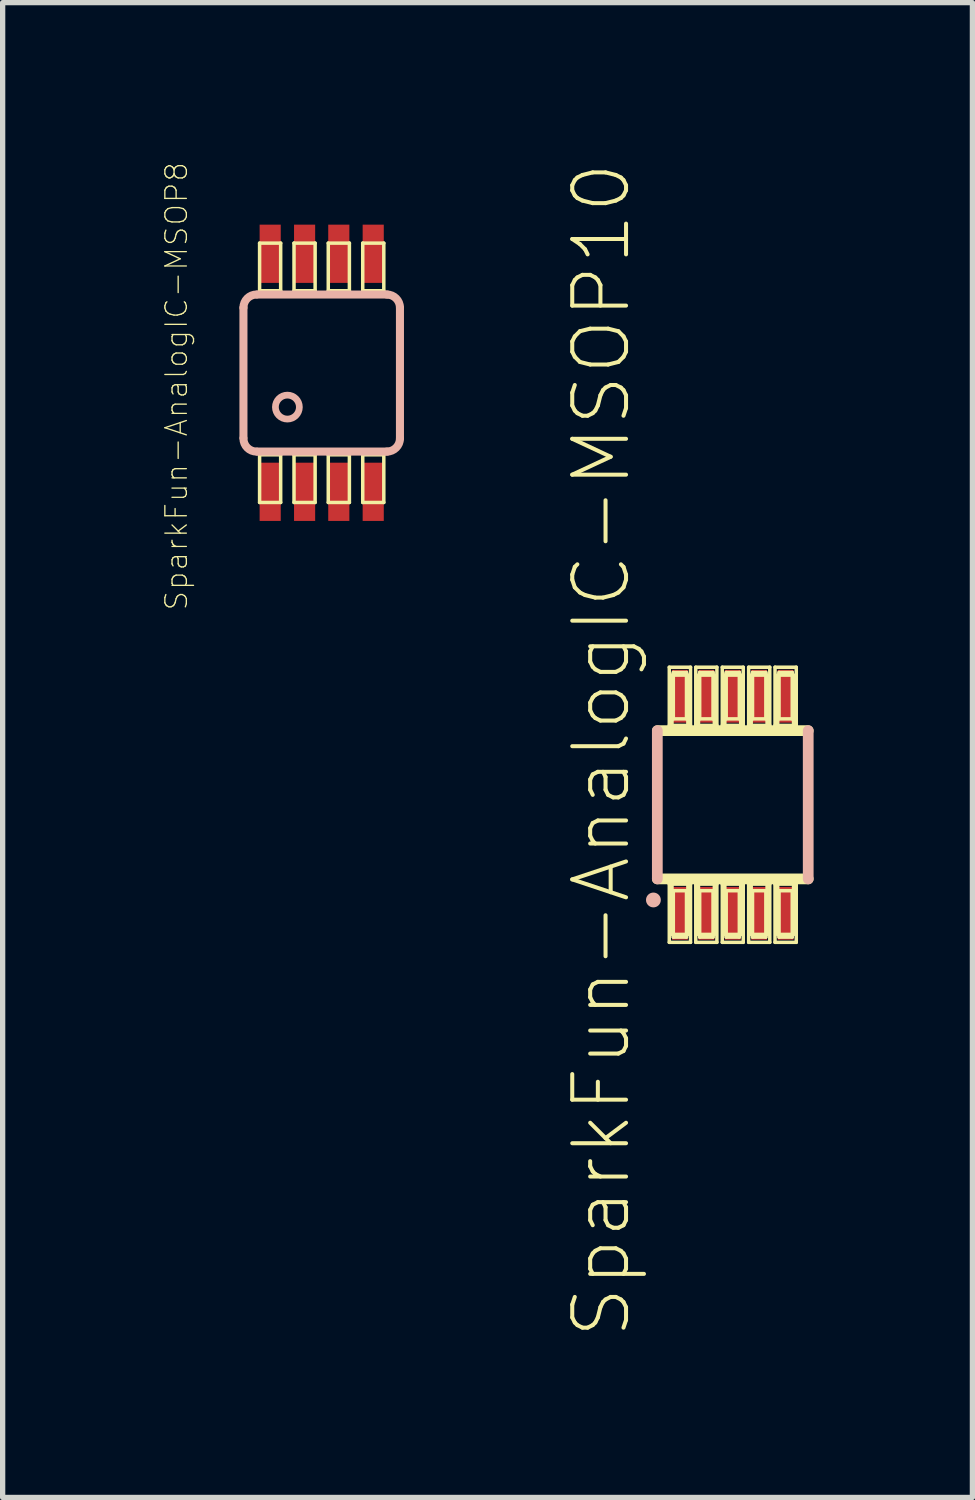
<source format=kicad_pcb>
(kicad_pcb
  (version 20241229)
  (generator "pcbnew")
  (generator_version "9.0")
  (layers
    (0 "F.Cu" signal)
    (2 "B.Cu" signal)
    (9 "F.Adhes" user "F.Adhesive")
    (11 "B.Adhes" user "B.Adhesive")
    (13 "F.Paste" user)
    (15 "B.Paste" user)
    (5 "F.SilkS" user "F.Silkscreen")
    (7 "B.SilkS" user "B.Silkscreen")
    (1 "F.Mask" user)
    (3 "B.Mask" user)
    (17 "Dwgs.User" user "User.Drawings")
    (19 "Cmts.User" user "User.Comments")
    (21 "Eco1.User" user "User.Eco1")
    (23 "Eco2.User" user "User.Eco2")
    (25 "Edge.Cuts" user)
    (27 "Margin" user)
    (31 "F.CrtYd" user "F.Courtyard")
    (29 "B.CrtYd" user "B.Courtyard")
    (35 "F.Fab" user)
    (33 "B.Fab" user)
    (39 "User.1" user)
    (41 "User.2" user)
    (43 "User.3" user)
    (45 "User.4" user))
  (footprint "SparkFun-AnalogIC-MSOP10"
    (layer "F.Cu")
    (at 10.79 12.15)
    (property "Reference" "SparkFun-AnalogIC-MSOP10" (at -2.482 -1.034 90) (layer "F.SilkS") (effects (font (size 1.016 1.016) (thickness 0.076))))
    (attr smd)
    (fp_line (start -1.425 1.4) (end 1.425 1.4) (stroke (width 0.203) (type solid)) (layer "F.SilkS"))
    (fp_line (start -1.199 -2.598) (end -0.798 -2.598) (stroke (width 0.066) (type solid)) (layer "F.SilkS"))
    (fp_line (start -1.199 -1.499) (end -1.199 -2.598) (stroke (width 0.066) (type solid)) (layer "F.SilkS"))
    (fp_line (start -1.199 -1.499) (end -0.798 -1.499) (stroke (width 0.066) (type solid)) (layer "F.SilkS"))
    (fp_line (start -1.199 1.499) (end -0.798 1.499) (stroke (width 0.066) (type solid)) (layer "F.SilkS"))
    (fp_line (start -1.199 2.598) (end -1.199 1.499) (stroke (width 0.066) (type solid)) (layer "F.SilkS"))
    (fp_line (start -1.199 2.598) (end -0.798 2.598) (stroke (width 0.066) (type solid)) (layer "F.SilkS"))
    (fp_line (start -1.148 -2.449) (end -0.848 -2.449) (stroke (width 0.066) (type solid)) (layer "F.SilkS"))
    (fp_line (start -1.148 -1.473) (end -1.148 -2.449) (stroke (width 0.066) (type solid)) (layer "F.SilkS"))
    (fp_line (start -1.148 -1.473) (end -0.848 -1.473) (stroke (width 0.066) (type solid)) (layer "F.SilkS"))
    (fp_line (start -1.148 1.473) (end -0.848 1.473) (stroke (width 0.066) (type solid)) (layer "F.SilkS"))
    (fp_line (start -1.148 2.449) (end -1.148 1.473) (stroke (width 0.066) (type solid)) (layer "F.SilkS"))
    (fp_line (start -1.148 2.449) (end -0.848 2.449) (stroke (width 0.066) (type solid)) (layer "F.SilkS"))
    (fp_line (start -1.123 -2.499) (end -0.874 -2.499) (stroke (width 0.066) (type solid)) (layer "F.SilkS"))
    (fp_line (start -1.123 -1.623) (end -1.123 -2.499) (stroke (width 0.066) (type solid)) (layer "F.SilkS"))
    (fp_line (start -1.123 -1.623) (end -0.874 -1.623) (stroke (width 0.066) (type solid)) (layer "F.SilkS"))
    (fp_line (start -1.123 1.623) (end -0.874 1.623) (stroke (width 0.066) (type solid)) (layer "F.SilkS"))
    (fp_line (start -1.123 2.499) (end -1.123 1.623) (stroke (width 0.066) (type solid)) (layer "F.SilkS"))
    (fp_line (start -1.123 2.499) (end -0.874 2.499) (stroke (width 0.066) (type solid)) (layer "F.SilkS"))
    (fp_line (start -0.874 -1.623) (end -0.874 -2.499) (stroke (width 0.066) (type solid)) (layer "F.SilkS"))
    (fp_line (start -0.874 2.499) (end -0.874 1.623) (stroke (width 0.066) (type solid)) (layer "F.SilkS"))
    (fp_line (start -0.848 -1.473) (end -0.848 -2.449) (stroke (width 0.066) (type solid)) (layer "F.SilkS"))
    (fp_line (start -0.848 2.449) (end -0.848 1.473) (stroke (width 0.066) (type solid)) (layer "F.SilkS"))
    (fp_line (start -0.798 -1.499) (end -0.798 -2.598) (stroke (width 0.066) (type solid)) (layer "F.SilkS"))
    (fp_line (start -0.798 2.598) (end -0.798 1.499) (stroke (width 0.066) (type solid)) (layer "F.SilkS"))
    (fp_line (start -0.699 -2.598) (end -0.3 -2.598) (stroke (width 0.066) (type solid)) (layer "F.SilkS"))
    (fp_line (start -0.699 -1.499) (end -0.699 -2.598) (stroke (width 0.066) (type solid)) (layer "F.SilkS"))
    (fp_line (start -0.699 -1.499) (end -0.3 -1.499) (stroke (width 0.066) (type solid)) (layer "F.SilkS"))
    (fp_line (start -0.699 1.499) (end -0.3 1.499) (stroke (width 0.066) (type solid)) (layer "F.SilkS"))
    (fp_line (start -0.699 2.598) (end -0.699 1.499) (stroke (width 0.066) (type solid)) (layer "F.SilkS"))
    (fp_line (start -0.699 2.598) (end -0.3 2.598) (stroke (width 0.066) (type solid)) (layer "F.SilkS"))
    (fp_line (start -0.648 -2.449) (end -0.348 -2.449) (stroke (width 0.066) (type solid)) (layer "F.SilkS"))
    (fp_line (start -0.648 -1.473) (end -0.648 -2.449) (stroke (width 0.066) (type solid)) (layer "F.SilkS"))
    (fp_line (start -0.648 -1.473) (end -0.348 -1.473) (stroke (width 0.066) (type solid)) (layer "F.SilkS"))
    (fp_line (start -0.648 1.473) (end -0.348 1.473) (stroke (width 0.066) (type solid)) (layer "F.SilkS"))
    (fp_line (start -0.648 2.449) (end -0.648 1.473) (stroke (width 0.066) (type solid)) (layer "F.SilkS"))
    (fp_line (start -0.648 2.449) (end -0.348 2.449) (stroke (width 0.066) (type solid)) (layer "F.SilkS"))
    (fp_line (start -0.625 -2.499) (end -0.373 -2.499) (stroke (width 0.066) (type solid)) (layer "F.SilkS"))
    (fp_line (start -0.625 -1.623) (end -0.625 -2.499) (stroke (width 0.066) (type solid)) (layer "F.SilkS"))
    (fp_line (start -0.625 -1.623) (end -0.373 -1.623) (stroke (width 0.066) (type solid)) (layer "F.SilkS"))
    (fp_line (start -0.625 1.623) (end -0.373 1.623) (stroke (width 0.066) (type solid)) (layer "F.SilkS"))
    (fp_line (start -0.625 2.499) (end -0.625 1.623) (stroke (width 0.066) (type solid)) (layer "F.SilkS"))
    (fp_line (start -0.625 2.499) (end -0.373 2.499) (stroke (width 0.066) (type solid)) (layer "F.SilkS"))
    (fp_line (start -0.373 -1.623) (end -0.373 -2.499) (stroke (width 0.066) (type solid)) (layer "F.SilkS"))
    (fp_line (start -0.373 2.499) (end -0.373 1.623) (stroke (width 0.066) (type solid)) (layer "F.SilkS"))
    (fp_line (start -0.348 -1.473) (end -0.348 -2.449) (stroke (width 0.066) (type solid)) (layer "F.SilkS"))
    (fp_line (start -0.348 2.449) (end -0.348 1.473) (stroke (width 0.066) (type solid)) (layer "F.SilkS"))
    (fp_line (start -0.3 -1.499) (end -0.3 -2.598) (stroke (width 0.066) (type solid)) (layer "F.SilkS"))
    (fp_line (start -0.3 2.598) (end -0.3 1.499) (stroke (width 0.066) (type solid)) (layer "F.SilkS"))
    (fp_line (start -0.198 -2.598) (end 0.198 -2.598) (stroke (width 0.066) (type solid)) (layer "F.SilkS"))
    (fp_line (start -0.198 -1.499) (end -0.198 -2.598) (stroke (width 0.066) (type solid)) (layer "F.SilkS"))
    (fp_line (start -0.198 -1.499) (end 0.198 -1.499) (stroke (width 0.066) (type solid)) (layer "F.SilkS"))
    (fp_line (start -0.198 1.499) (end 0.198 1.499) (stroke (width 0.066) (type solid)) (layer "F.SilkS"))
    (fp_line (start -0.198 2.598) (end -0.198 1.499) (stroke (width 0.066) (type solid)) (layer "F.SilkS"))
    (fp_line (start -0.198 2.598) (end 0.198 2.598) (stroke (width 0.066) (type solid)) (layer "F.SilkS"))
    (fp_line (start -0.15 -2.449) (end 0.15 -2.449) (stroke (width 0.066) (type solid)) (layer "F.SilkS"))
    (fp_line (start -0.15 -1.473) (end -0.15 -2.449) (stroke (width 0.066) (type solid)) (layer "F.SilkS"))
    (fp_line (start -0.15 -1.473) (end 0.15 -1.473) (stroke (width 0.066) (type solid)) (layer "F.SilkS"))
    (fp_line (start -0.15 1.473) (end 0.15 1.473) (stroke (width 0.066) (type solid)) (layer "F.SilkS"))
    (fp_line (start -0.15 2.449) (end -0.15 1.473) (stroke (width 0.066) (type solid)) (layer "F.SilkS"))
    (fp_line (start -0.15 2.449) (end 0.15 2.449) (stroke (width 0.066) (type solid)) (layer "F.SilkS"))
    (fp_line (start -0.124 -2.499) (end 0.124 -2.499) (stroke (width 0.066) (type solid)) (layer "F.SilkS"))
    (fp_line (start -0.124 -1.623) (end -0.124 -2.499) (stroke (width 0.066) (type solid)) (layer "F.SilkS"))
    (fp_line (start -0.124 -1.623) (end 0.124 -1.623) (stroke (width 0.066) (type solid)) (layer "F.SilkS"))
    (fp_line (start -0.124 1.623) (end 0.124 1.623) (stroke (width 0.066) (type solid)) (layer "F.SilkS"))
    (fp_line (start -0.124 2.499) (end -0.124 1.623) (stroke (width 0.066) (type solid)) (layer "F.SilkS"))
    (fp_line (start -0.124 2.499) (end 0.124 2.499) (stroke (width 0.066) (type solid)) (layer "F.SilkS"))
    (fp_line (start 0.124 -1.623) (end 0.124 -2.499) (stroke (width 0.066) (type solid)) (layer "F.SilkS"))
    (fp_line (start 0.124 2.499) (end 0.124 1.623) (stroke (width 0.066) (type solid)) (layer "F.SilkS"))
    (fp_line (start 0.15 -1.473) (end 0.15 -2.449) (stroke (width 0.066) (type solid)) (layer "F.SilkS"))
    (fp_line (start 0.15 2.449) (end 0.15 1.473) (stroke (width 0.066) (type solid)) (layer "F.SilkS"))
    (fp_line (start 0.198 -1.499) (end 0.198 -2.598) (stroke (width 0.066) (type solid)) (layer "F.SilkS"))
    (fp_line (start 0.198 2.598) (end 0.198 1.499) (stroke (width 0.066) (type solid)) (layer "F.SilkS"))
    (fp_line (start 0.3 -2.598) (end 0.699 -2.598) (stroke (width 0.066) (type solid)) (layer "F.SilkS"))
    (fp_line (start 0.3 -1.499) (end 0.3 -2.598) (stroke (width 0.066) (type solid)) (layer "F.SilkS"))
    (fp_line (start 0.3 -1.499) (end 0.699 -1.499) (stroke (width 0.066) (type solid)) (layer "F.SilkS"))
    (fp_line (start 0.3 1.499) (end 0.699 1.499) (stroke (width 0.066) (type solid)) (layer "F.SilkS"))
    (fp_line (start 0.3 2.598) (end 0.3 1.499) (stroke (width 0.066) (type solid)) (layer "F.SilkS"))
    (fp_line (start 0.3 2.598) (end 0.699 2.598) (stroke (width 0.066) (type solid)) (layer "F.SilkS"))
    (fp_line (start 0.348 -2.449) (end 0.648 -2.449) (stroke (width 0.066) (type solid)) (layer "F.SilkS"))
    (fp_line (start 0.348 -1.473) (end 0.348 -2.449) (stroke (width 0.066) (type solid)) (layer "F.SilkS"))
    (fp_line (start 0.348 -1.473) (end 0.648 -1.473) (stroke (width 0.066) (type solid)) (layer "F.SilkS"))
    (fp_line (start 0.348 1.473) (end 0.648 1.473) (stroke (width 0.066) (type solid)) (layer "F.SilkS"))
    (fp_line (start 0.348 2.449) (end 0.348 1.473) (stroke (width 0.066) (type solid)) (layer "F.SilkS"))
    (fp_line (start 0.348 2.449) (end 0.648 2.449) (stroke (width 0.066) (type solid)) (layer "F.SilkS"))
    (fp_line (start 0.373 -2.499) (end 0.625 -2.499) (stroke (width 0.066) (type solid)) (layer "F.SilkS"))
    (fp_line (start 0.373 -1.623) (end 0.373 -2.499) (stroke (width 0.066) (type solid)) (layer "F.SilkS"))
    (fp_line (start 0.373 -1.623) (end 0.625 -1.623) (stroke (width 0.066) (type solid)) (layer "F.SilkS"))
    (fp_line (start 0.373 1.623) (end 0.625 1.623) (stroke (width 0.066) (type solid)) (layer "F.SilkS"))
    (fp_line (start 0.373 2.499) (end 0.373 1.623) (stroke (width 0.066) (type solid)) (layer "F.SilkS"))
    (fp_line (start 0.373 2.499) (end 0.625 2.499) (stroke (width 0.066) (type solid)) (layer "F.SilkS"))
    (fp_line (start 0.625 -1.623) (end 0.625 -2.499) (stroke (width 0.066) (type solid)) (layer "F.SilkS"))
    (fp_line (start 0.625 2.499) (end 0.625 1.623) (stroke (width 0.066) (type solid)) (layer "F.SilkS"))
    (fp_line (start 0.648 -1.473) (end 0.648 -2.449) (stroke (width 0.066) (type solid)) (layer "F.SilkS"))
    (fp_line (start 0.648 2.449) (end 0.648 1.473) (stroke (width 0.066) (type solid)) (layer "F.SilkS"))
    (fp_line (start 0.699 -1.499) (end 0.699 -2.598) (stroke (width 0.066) (type solid)) (layer "F.SilkS"))
    (fp_line (start 0.699 2.598) (end 0.699 1.499) (stroke (width 0.066) (type solid)) (layer "F.SilkS"))
    (fp_line (start 0.798 -2.598) (end 1.199 -2.598) (stroke (width 0.066) (type solid)) (layer "F.SilkS"))
    (fp_line (start 0.798 -1.499) (end 0.798 -2.598) (stroke (width 0.066) (type solid)) (layer "F.SilkS"))
    (fp_line (start 0.798 -1.499) (end 1.199 -1.499) (stroke (width 0.066) (type solid)) (layer "F.SilkS"))
    (fp_line (start 0.798 1.499) (end 1.199 1.499) (stroke (width 0.066) (type solid)) (layer "F.SilkS"))
    (fp_line (start 0.798 2.598) (end 0.798 1.499) (stroke (width 0.066) (type solid)) (layer "F.SilkS"))
    (fp_line (start 0.798 2.598) (end 1.199 2.598) (stroke (width 0.066) (type solid)) (layer "F.SilkS"))
    (fp_line (start 0.848 -2.449) (end 1.148 -2.449) (stroke (width 0.066) (type solid)) (layer "F.SilkS"))
    (fp_line (start 0.848 -1.473) (end 0.848 -2.449) (stroke (width 0.066) (type solid)) (layer "F.SilkS"))
    (fp_line (start 0.848 -1.473) (end 1.148 -1.473) (stroke (width 0.066) (type solid)) (layer "F.SilkS"))
    (fp_line (start 0.848 1.473) (end 1.148 1.473) (stroke (width 0.066) (type solid)) (layer "F.SilkS"))
    (fp_line (start 0.848 2.449) (end 0.848 1.473) (stroke (width 0.066) (type solid)) (layer "F.SilkS"))
    (fp_line (start 0.848 2.449) (end 1.148 2.449) (stroke (width 0.066) (type solid)) (layer "F.SilkS"))
    (fp_line (start 0.874 -2.499) (end 1.123 -2.499) (stroke (width 0.066) (type solid)) (layer "F.SilkS"))
    (fp_line (start 0.874 -1.623) (end 0.874 -2.499) (stroke (width 0.066) (type solid)) (layer "F.SilkS"))
    (fp_line (start 0.874 -1.623) (end 1.123 -1.623) (stroke (width 0.066) (type solid)) (layer "F.SilkS"))
    (fp_line (start 0.874 1.623) (end 1.123 1.623) (stroke (width 0.066) (type solid)) (layer "F.SilkS"))
    (fp_line (start 0.874 2.499) (end 0.874 1.623) (stroke (width 0.066) (type solid)) (layer "F.SilkS"))
    (fp_line (start 0.874 2.499) (end 1.123 2.499) (stroke (width 0.066) (type solid)) (layer "F.SilkS"))
    (fp_line (start 1.123 -1.623) (end 1.123 -2.499) (stroke (width 0.066) (type solid)) (layer "F.SilkS"))
    (fp_line (start 1.123 2.499) (end 1.123 1.623) (stroke (width 0.066) (type solid)) (layer "F.SilkS"))
    (fp_line (start 1.148 -1.473) (end 1.148 -2.449) (stroke (width 0.066) (type solid)) (layer "F.SilkS"))
    (fp_line (start 1.148 2.449) (end 1.148 1.473) (stroke (width 0.066) (type solid)) (layer "F.SilkS"))
    (fp_line (start 1.199 -1.499) (end 1.199 -2.598) (stroke (width 0.066) (type solid)) (layer "F.SilkS"))
    (fp_line (start 1.199 2.598) (end 1.199 1.499) (stroke (width 0.066) (type solid)) (layer "F.SilkS"))
    (fp_line (start 1.425 -1.4) (end -1.425 -1.4) (stroke (width 0.203) (type solid)) (layer "F.SilkS"))
    (fp_line (start -1.425 -1.4) (end -1.425 1.4) (stroke (width 0.203) (type solid)) (layer "B.SilkS"))
    (fp_line (start 1.425 1.4) (end 1.425 -1.4) (stroke (width 0.203) (type solid)) (layer "B.SilkS"))
    (fp_circle (center -1.499 1.798) (end -1.598 1.897) (stroke (width 0) (type solid)) (fill yes) (layer "B.SilkS"))
    (pad "1" smd rect (at -0.998 2.05) (size 0.3 0.998) (layers "F.Cu" "F.Mask" "F.Paste"))
    (pad "2" smd rect (at -0.498 2.05) (size 0.3 0.998) (layers "F.Cu" "F.Mask" "F.Paste"))
    (pad "3" smd rect (at 0 2.05) (size 0.3 0.998) (layers "F.Cu" "F.Mask" "F.Paste"))
    (pad "4" smd rect (at 0.498 2.05) (size 0.3 0.998) (layers "F.Cu" "F.Mask" "F.Paste"))
    (pad "5" smd rect (at 0.998 2.05) (size 0.3 0.998) (layers "F.Cu" "F.Mask" "F.Paste"))
    (pad "6" smd rect (at 0.998 -2.05 180) (size 0.3 0.998) (layers "F.Cu" "F.Mask" "F.Paste"))
    (pad "7" smd rect (at 0.498 -2.05 180) (size 0.3 0.998) (layers "F.Cu" "F.Mask" "F.Paste"))
    (pad "8" smd rect (at 0 -2.05 180) (size 0.3 0.998) (layers "F.Cu" "F.Mask" "F.Paste"))
    (pad "9" smd rect (at -0.498 -2.05 180) (size 0.3 0.998) (layers "F.Cu" "F.Mask" "F.Paste"))
    (pad "10" smd rect (at -0.998 -2.05 180) (size 0.3 0.998) (layers "F.Cu" "F.Mask" "F.Paste")))
  (footprint "SparkFun-AnalogIC-MSOP8"
    (layer "F.Cu")
    (at 3.026 3.991)
    (property "Reference" "SparkFun-AnalogIC-MSOP8" (at -2.743 0.254 90) (layer "F.SilkS") (effects (font (size 0.406 0.406) (thickness 0.025))))
    (attr smd)
    (fp_line (start -1.173 -2.449) (end -0.775 -2.449) (stroke (width 0.066) (type solid)) (layer "F.SilkS"))
    (fp_line (start -1.173 -1.549) (end -1.173 -2.449) (stroke (width 0.066) (type solid)) (layer "F.SilkS"))
    (fp_line (start -1.173 -1.549) (end -0.775 -1.549) (stroke (width 0.066) (type solid)) (layer "F.SilkS"))
    (fp_line (start -1.173 1.549) (end -0.775 1.549) (stroke (width 0.066) (type solid)) (layer "F.SilkS"))
    (fp_line (start -1.173 2.449) (end -1.173 1.549) (stroke (width 0.066) (type solid)) (layer "F.SilkS"))
    (fp_line (start -1.173 2.449) (end -0.775 2.449) (stroke (width 0.066) (type solid)) (layer "F.SilkS"))
    (fp_line (start -0.775 -1.549) (end -0.775 -2.449) (stroke (width 0.066) (type solid)) (layer "F.SilkS"))
    (fp_line (start -0.775 2.449) (end -0.775 1.549) (stroke (width 0.066) (type solid)) (layer "F.SilkS"))
    (fp_line (start -0.523 -2.449) (end -0.124 -2.449) (stroke (width 0.066) (type solid)) (layer "F.SilkS"))
    (fp_line (start -0.523 -1.549) (end -0.523 -2.449) (stroke (width 0.066) (type solid)) (layer "F.SilkS"))
    (fp_line (start -0.523 -1.549) (end -0.124 -1.549) (stroke (width 0.066) (type solid)) (layer "F.SilkS"))
    (fp_line (start -0.523 1.549) (end -0.124 1.549) (stroke (width 0.066) (type solid)) (layer "F.SilkS"))
    (fp_line (start -0.523 2.449) (end -0.523 1.549) (stroke (width 0.066) (type solid)) (layer "F.SilkS"))
    (fp_line (start -0.523 2.449) (end -0.124 2.449) (stroke (width 0.066) (type solid)) (layer "F.SilkS"))
    (fp_line (start -0.124 -1.549) (end -0.124 -2.449) (stroke (width 0.066) (type solid)) (layer "F.SilkS"))
    (fp_line (start -0.124 2.449) (end -0.124 1.549) (stroke (width 0.066) (type solid)) (layer "F.SilkS"))
    (fp_line (start 0.124 -2.449) (end 0.523 -2.449) (stroke (width 0.066) (type solid)) (layer "F.SilkS"))
    (fp_line (start 0.124 -1.549) (end 0.124 -2.449) (stroke (width 0.066) (type solid)) (layer "F.SilkS"))
    (fp_line (start 0.124 -1.549) (end 0.523 -1.549) (stroke (width 0.066) (type solid)) (layer "F.SilkS"))
    (fp_line (start 0.124 1.549) (end 0.523 1.549) (stroke (width 0.066) (type solid)) (layer "F.SilkS"))
    (fp_line (start 0.124 2.449) (end 0.124 1.549) (stroke (width 0.066) (type solid)) (layer "F.SilkS"))
    (fp_line (start 0.124 2.449) (end 0.523 2.449) (stroke (width 0.066) (type solid)) (layer "F.SilkS"))
    (fp_line (start 0.523 -1.549) (end 0.523 -2.449) (stroke (width 0.066) (type solid)) (layer "F.SilkS"))
    (fp_line (start 0.523 2.449) (end 0.523 1.549) (stroke (width 0.066) (type solid)) (layer "F.SilkS"))
    (fp_line (start 0.775 -2.449) (end 1.173 -2.449) (stroke (width 0.066) (type solid)) (layer "F.SilkS"))
    (fp_line (start 0.775 -1.549) (end 0.775 -2.449) (stroke (width 0.066) (type solid)) (layer "F.SilkS"))
    (fp_line (start 0.775 -1.549) (end 1.173 -1.549) (stroke (width 0.066) (type solid)) (layer "F.SilkS"))
    (fp_line (start 0.775 1.549) (end 1.173 1.549) (stroke (width 0.066) (type solid)) (layer "F.SilkS"))
    (fp_line (start 0.775 2.449) (end 0.775 1.549) (stroke (width 0.066) (type solid)) (layer "F.SilkS"))
    (fp_line (start 0.775 2.449) (end 1.173 2.449) (stroke (width 0.066) (type solid)) (layer "F.SilkS"))
    (fp_line (start 1.173 -1.549) (end 1.173 -2.449) (stroke (width 0.066) (type solid)) (layer "F.SilkS"))
    (fp_line (start 1.173 2.449) (end 1.173 1.549) (stroke (width 0.066) (type solid)) (layer "F.SilkS"))
    (fp_line (start -1.478 -1.229) (end -1.478 1.229) (stroke (width 0.152) (type solid)) (layer "B.SilkS"))
    (fp_line (start -1.219 -1.478) (end 1.24 -1.478) (stroke (width 0.152) (type solid)) (layer "B.SilkS"))
    (fp_line (start 1.24 1.488) (end -1.219 1.488) (stroke (width 0.152) (type solid)) (layer "B.SilkS"))
    (fp_line (start 1.478 1.24) (end 1.478 -1.229) (stroke (width 0.152) (type solid)) (layer "B.SilkS"))
    (fp_arc (start -1.47828 -1.22936) (mid -1.405373 -1.405373) (end -1.22936 -1.47828) (stroke (width 0.1524) (type solid)) (layer "B.SilkS"))
    (fp_arc (start -1.22936 1.48844) (mid -1.405373 1.415533) (end -1.47828 1.23952) (stroke (width 0.1524) (type solid)) (layer "B.SilkS"))
    (fp_arc (start 1.22936 -1.47828) (mid 1.405373 -1.405373) (end 1.47828 -1.22936) (stroke (width 0.1524) (type solid)) (layer "B.SilkS"))
    (fp_arc (start 1.47828 1.23952) (mid 1.405373 1.415533) (end 1.22936 1.48844) (stroke (width 0.1524) (type solid)) (layer "B.SilkS"))
    (fp_circle (center -0.648 0.648) (end -0.808 0.808) (stroke (width 0.127) (type solid)) (fill no) (layer "B.SilkS"))
    (pad "1" smd rect (at -0.973 2.248) (size 0.399 1.1) (layers "F.Cu" "F.Mask" "F.Paste"))
    (pad "2" smd rect (at -0.323 2.248) (size 0.399 1.1) (layers "F.Cu" "F.Mask" "F.Paste"))
    (pad "3" smd rect (at 0.323 2.248) (size 0.399 1.1) (layers "F.Cu" "F.Mask" "F.Paste"))
    (pad "4" smd rect (at 0.973 2.248) (size 0.399 1.1) (layers "F.Cu" "F.Mask" "F.Paste"))
    (pad "5" smd rect (at 0.973 -2.248) (size 0.399 1.1) (layers "F.Cu" "F.Mask" "F.Paste"))
    (pad "6" smd rect (at 0.323 -2.248) (size 0.399 1.1) (layers "F.Cu" "F.Mask" "F.Paste"))
    (pad "7" smd rect (at -0.323 -2.248) (size 0.399 1.1) (layers "F.Cu" "F.Mask" "F.Paste"))
    (pad "8" smd rect (at -0.973 -2.248) (size 0.399 1.1) (layers "F.Cu" "F.Mask" "F.Paste")))
  (gr_rect
    (start -3 -3)
    (end 15.316 25.232)
    (stroke (width 0.1) (type default))
    (fill no)
    (layer "Edge.Cuts")))
</source>
